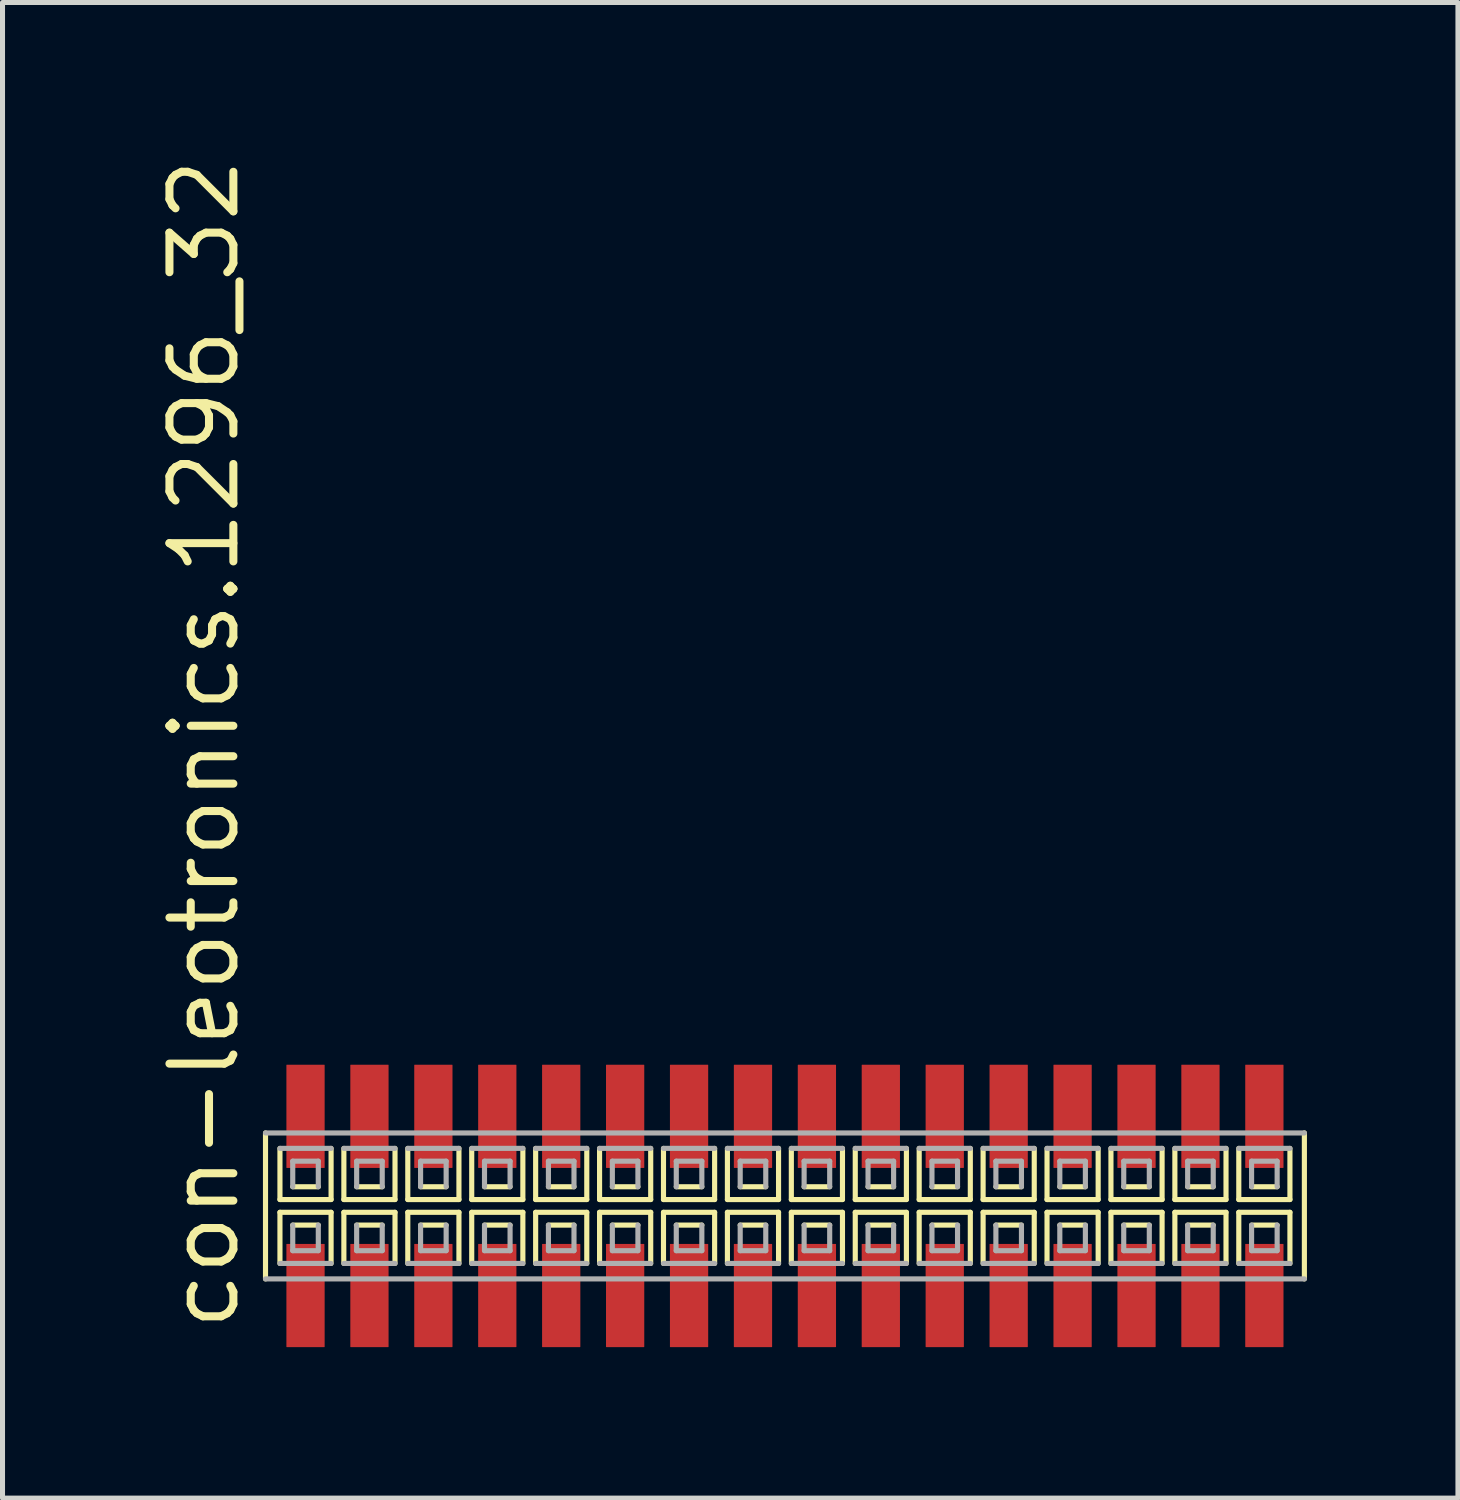
<source format=kicad_pcb>
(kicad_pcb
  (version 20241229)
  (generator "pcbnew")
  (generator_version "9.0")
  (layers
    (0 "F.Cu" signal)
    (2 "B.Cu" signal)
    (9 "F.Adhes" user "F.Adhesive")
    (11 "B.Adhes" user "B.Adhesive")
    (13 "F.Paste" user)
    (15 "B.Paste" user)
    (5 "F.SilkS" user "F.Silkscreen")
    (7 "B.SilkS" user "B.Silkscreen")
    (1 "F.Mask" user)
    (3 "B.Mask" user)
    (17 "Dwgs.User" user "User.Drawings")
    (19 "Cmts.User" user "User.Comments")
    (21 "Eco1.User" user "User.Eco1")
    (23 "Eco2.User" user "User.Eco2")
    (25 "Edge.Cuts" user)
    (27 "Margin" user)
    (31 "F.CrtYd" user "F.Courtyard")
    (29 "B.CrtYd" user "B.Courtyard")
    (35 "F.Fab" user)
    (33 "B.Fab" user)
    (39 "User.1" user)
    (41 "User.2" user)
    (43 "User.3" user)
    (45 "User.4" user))
  (footprint "con-leotronics.1296_32"
    (layer "F.Cu")
    (at 12.545 20.909)
    (property "Reference" "con-leotronics.1296_32" (at -10.795 2.54 90) (layer "F.SilkS") (effects (font (size 1.27 1.27) (thickness 0.16)) (justify left bottom)))
    (attr smd)
    (fp_line (start -10.32 -1.45) (end -10.32 1.45) (stroke (width 0.102) (type default)) (layer "F.SilkS"))
    (fp_line (start -10.033 -1.143) (end -10.033 -0.127) (stroke (width 0.102) (type default)) (layer "F.SilkS"))
    (fp_line (start -10.033 -0.127) (end -9.017 -0.127) (stroke (width 0.102) (type default)) (layer "F.SilkS"))
    (fp_line (start -10.033 0.127) (end -10.033 1.143) (stroke (width 0.102) (type default)) (layer "F.SilkS"))
    (fp_line (start -9.779 -0.381) (end -9.271 -0.381) (stroke (width 0.102) (type default)) (layer "F.SilkS"))
    (fp_line (start -9.271 0.381) (end -9.779 0.381) (stroke (width 0.102) (type default)) (layer "F.SilkS"))
    (fp_line (start -9.017 -0.127) (end -9.017 -1.143) (stroke (width 0.102) (type default)) (layer "F.SilkS"))
    (fp_line (start -9.017 0.127) (end -10.033 0.127) (stroke (width 0.102) (type default)) (layer "F.SilkS"))
    (fp_line (start -9.017 1.143) (end -9.017 0.127) (stroke (width 0.102) (type default)) (layer "F.SilkS"))
    (fp_line (start -8.763 -1.143) (end -8.763 -0.127) (stroke (width 0.102) (type default)) (layer "F.SilkS"))
    (fp_line (start -8.763 -0.127) (end -7.747 -0.127) (stroke (width 0.102) (type default)) (layer "F.SilkS"))
    (fp_line (start -8.763 0.127) (end -8.763 1.143) (stroke (width 0.102) (type default)) (layer "F.SilkS"))
    (fp_line (start -8.509 -0.381) (end -8.001 -0.381) (stroke (width 0.102) (type default)) (layer "F.SilkS"))
    (fp_line (start -8.001 0.381) (end -8.509 0.381) (stroke (width 0.102) (type default)) (layer "F.SilkS"))
    (fp_line (start -7.747 -0.127) (end -7.747 -1.143) (stroke (width 0.102) (type default)) (layer "F.SilkS"))
    (fp_line (start -7.747 0.127) (end -8.763 0.127) (stroke (width 0.102) (type default)) (layer "F.SilkS"))
    (fp_line (start -7.747 1.143) (end -7.747 0.127) (stroke (width 0.102) (type default)) (layer "F.SilkS"))
    (fp_line (start -7.493 -1.143) (end -7.493 -0.127) (stroke (width 0.102) (type default)) (layer "F.SilkS"))
    (fp_line (start -7.493 -0.127) (end -6.477 -0.127) (stroke (width 0.102) (type default)) (layer "F.SilkS"))
    (fp_line (start -7.493 0.127) (end -7.493 1.143) (stroke (width 0.102) (type default)) (layer "F.SilkS"))
    (fp_line (start -7.239 -0.381) (end -6.731 -0.381) (stroke (width 0.102) (type default)) (layer "F.SilkS"))
    (fp_line (start -6.731 0.381) (end -7.239 0.381) (stroke (width 0.102) (type default)) (layer "F.SilkS"))
    (fp_line (start -6.477 -0.127) (end -6.477 -1.143) (stroke (width 0.102) (type default)) (layer "F.SilkS"))
    (fp_line (start -6.477 0.127) (end -7.493 0.127) (stroke (width 0.102) (type default)) (layer "F.SilkS"))
    (fp_line (start -6.477 1.143) (end -6.477 0.127) (stroke (width 0.102) (type default)) (layer "F.SilkS"))
    (fp_line (start -6.223 -1.143) (end -6.223 -0.127) (stroke (width 0.102) (type default)) (layer "F.SilkS"))
    (fp_line (start -6.223 -0.127) (end -5.207 -0.127) (stroke (width 0.102) (type default)) (layer "F.SilkS"))
    (fp_line (start -6.223 0.127) (end -6.223 1.143) (stroke (width 0.102) (type default)) (layer "F.SilkS"))
    (fp_line (start -5.969 -0.381) (end -5.461 -0.381) (stroke (width 0.102) (type default)) (layer "F.SilkS"))
    (fp_line (start -5.461 0.381) (end -5.969 0.381) (stroke (width 0.102) (type default)) (layer "F.SilkS"))
    (fp_line (start -5.207 -0.127) (end -5.207 -1.143) (stroke (width 0.102) (type default)) (layer "F.SilkS"))
    (fp_line (start -5.207 0.127) (end -6.223 0.127) (stroke (width 0.102) (type default)) (layer "F.SilkS"))
    (fp_line (start -5.207 1.143) (end -5.207 0.127) (stroke (width 0.102) (type default)) (layer "F.SilkS"))
    (fp_line (start -4.953 -1.143) (end -4.953 -0.127) (stroke (width 0.102) (type default)) (layer "F.SilkS"))
    (fp_line (start -4.953 -0.127) (end -3.937 -0.127) (stroke (width 0.102) (type default)) (layer "F.SilkS"))
    (fp_line (start -4.953 0.127) (end -4.953 1.143) (stroke (width 0.102) (type default)) (layer "F.SilkS"))
    (fp_line (start -4.699 -0.381) (end -4.191 -0.381) (stroke (width 0.102) (type default)) (layer "F.SilkS"))
    (fp_line (start -4.191 0.381) (end -4.699 0.381) (stroke (width 0.102) (type default)) (layer "F.SilkS"))
    (fp_line (start -3.937 -0.127) (end -3.937 -1.143) (stroke (width 0.102) (type default)) (layer "F.SilkS"))
    (fp_line (start -3.937 0.127) (end -4.953 0.127) (stroke (width 0.102) (type default)) (layer "F.SilkS"))
    (fp_line (start -3.937 1.143) (end -3.937 0.127) (stroke (width 0.102) (type default)) (layer "F.SilkS"))
    (fp_line (start -3.683 -1.143) (end -3.683 -0.127) (stroke (width 0.102) (type default)) (layer "F.SilkS"))
    (fp_line (start -3.683 -0.127) (end -2.667 -0.127) (stroke (width 0.102) (type default)) (layer "F.SilkS"))
    (fp_line (start -3.683 0.127) (end -3.683 1.143) (stroke (width 0.102) (type default)) (layer "F.SilkS"))
    (fp_line (start -3.429 -0.381) (end -2.921 -0.381) (stroke (width 0.102) (type default)) (layer "F.SilkS"))
    (fp_line (start -2.921 0.381) (end -3.429 0.381) (stroke (width 0.102) (type default)) (layer "F.SilkS"))
    (fp_line (start -2.667 -0.127) (end -2.667 -1.143) (stroke (width 0.102) (type default)) (layer "F.SilkS"))
    (fp_line (start -2.667 0.127) (end -3.683 0.127) (stroke (width 0.102) (type default)) (layer "F.SilkS"))
    (fp_line (start -2.667 1.143) (end -2.667 0.127) (stroke (width 0.102) (type default)) (layer "F.SilkS"))
    (fp_line (start -2.413 -1.143) (end -2.413 -0.127) (stroke (width 0.102) (type default)) (layer "F.SilkS"))
    (fp_line (start -2.413 -0.127) (end -1.397 -0.127) (stroke (width 0.102) (type default)) (layer "F.SilkS"))
    (fp_line (start -2.413 0.127) (end -2.413 1.143) (stroke (width 0.102) (type default)) (layer "F.SilkS"))
    (fp_line (start -2.159 -0.381) (end -1.651 -0.381) (stroke (width 0.102) (type default)) (layer "F.SilkS"))
    (fp_line (start -1.651 0.381) (end -2.159 0.381) (stroke (width 0.102) (type default)) (layer "F.SilkS"))
    (fp_line (start -1.397 -0.127) (end -1.397 -1.143) (stroke (width 0.102) (type default)) (layer "F.SilkS"))
    (fp_line (start -1.397 0.127) (end -2.413 0.127) (stroke (width 0.102) (type default)) (layer "F.SilkS"))
    (fp_line (start -1.397 1.143) (end -1.397 0.127) (stroke (width 0.102) (type default)) (layer "F.SilkS"))
    (fp_line (start -1.143 -1.143) (end -1.143 -0.127) (stroke (width 0.102) (type default)) (layer "F.SilkS"))
    (fp_line (start -1.143 -0.127) (end -0.127 -0.127) (stroke (width 0.102) (type default)) (layer "F.SilkS"))
    (fp_line (start -1.143 0.127) (end -1.143 1.143) (stroke (width 0.102) (type default)) (layer "F.SilkS"))
    (fp_line (start -0.889 -0.381) (end -0.381 -0.381) (stroke (width 0.102) (type default)) (layer "F.SilkS"))
    (fp_line (start -0.381 0.381) (end -0.889 0.381) (stroke (width 0.102) (type default)) (layer "F.SilkS"))
    (fp_line (start -0.127 -0.127) (end -0.127 -1.143) (stroke (width 0.102) (type default)) (layer "F.SilkS"))
    (fp_line (start -0.127 0.127) (end -1.143 0.127) (stroke (width 0.102) (type default)) (layer "F.SilkS"))
    (fp_line (start -0.127 1.143) (end -0.127 0.127) (stroke (width 0.102) (type default)) (layer "F.SilkS"))
    (fp_line (start 0.127 -1.143) (end 0.127 -0.127) (stroke (width 0.102) (type default)) (layer "F.SilkS"))
    (fp_line (start 0.127 -0.127) (end 1.143 -0.127) (stroke (width 0.102) (type default)) (layer "F.SilkS"))
    (fp_line (start 0.127 0.127) (end 0.127 1.143) (stroke (width 0.102) (type default)) (layer "F.SilkS"))
    (fp_line (start 0.381 -0.381) (end 0.889 -0.381) (stroke (width 0.102) (type default)) (layer "F.SilkS"))
    (fp_line (start 0.889 0.381) (end 0.381 0.381) (stroke (width 0.102) (type default)) (layer "F.SilkS"))
    (fp_line (start 1.143 -0.127) (end 1.143 -1.143) (stroke (width 0.102) (type default)) (layer "F.SilkS"))
    (fp_line (start 1.143 0.127) (end 0.127 0.127) (stroke (width 0.102) (type default)) (layer "F.SilkS"))
    (fp_line (start 1.143 1.143) (end 1.143 0.127) (stroke (width 0.102) (type default)) (layer "F.SilkS"))
    (fp_line (start 1.397 -1.143) (end 1.397 -0.127) (stroke (width 0.102) (type default)) (layer "F.SilkS"))
    (fp_line (start 1.397 -0.127) (end 2.413 -0.127) (stroke (width 0.102) (type default)) (layer "F.SilkS"))
    (fp_line (start 1.397 0.127) (end 1.397 1.143) (stroke (width 0.102) (type default)) (layer "F.SilkS"))
    (fp_line (start 1.651 -0.381) (end 2.159 -0.381) (stroke (width 0.102) (type default)) (layer "F.SilkS"))
    (fp_line (start 2.159 0.381) (end 1.651 0.381) (stroke (width 0.102) (type default)) (layer "F.SilkS"))
    (fp_line (start 2.413 -0.127) (end 2.413 -1.143) (stroke (width 0.102) (type default)) (layer "F.SilkS"))
    (fp_line (start 2.413 0.127) (end 1.397 0.127) (stroke (width 0.102) (type default)) (layer "F.SilkS"))
    (fp_line (start 2.413 1.143) (end 2.413 0.127) (stroke (width 0.102) (type default)) (layer "F.SilkS"))
    (fp_line (start 2.667 -1.143) (end 2.667 -0.127) (stroke (width 0.102) (type default)) (layer "F.SilkS"))
    (fp_line (start 2.667 -0.127) (end 3.683 -0.127) (stroke (width 0.102) (type default)) (layer "F.SilkS"))
    (fp_line (start 2.667 0.127) (end 2.667 1.143) (stroke (width 0.102) (type default)) (layer "F.SilkS"))
    (fp_line (start 2.921 -0.381) (end 3.429 -0.381) (stroke (width 0.102) (type default)) (layer "F.SilkS"))
    (fp_line (start 3.429 0.381) (end 2.921 0.381) (stroke (width 0.102) (type default)) (layer "F.SilkS"))
    (fp_line (start 3.683 -0.127) (end 3.683 -1.143) (stroke (width 0.102) (type default)) (layer "F.SilkS"))
    (fp_line (start 3.683 0.127) (end 2.667 0.127) (stroke (width 0.102) (type default)) (layer "F.SilkS"))
    (fp_line (start 3.683 1.143) (end 3.683 0.127) (stroke (width 0.102) (type default)) (layer "F.SilkS"))
    (fp_line (start 3.937 -1.143) (end 3.937 -0.127) (stroke (width 0.102) (type default)) (layer "F.SilkS"))
    (fp_line (start 3.937 -0.127) (end 4.953 -0.127) (stroke (width 0.102) (type default)) (layer "F.SilkS"))
    (fp_line (start 3.937 0.127) (end 3.937 1.143) (stroke (width 0.102) (type default)) (layer "F.SilkS"))
    (fp_line (start 4.191 -0.381) (end 4.699 -0.381) (stroke (width 0.102) (type default)) (layer "F.SilkS"))
    (fp_line (start 4.699 0.381) (end 4.191 0.381) (stroke (width 0.102) (type default)) (layer "F.SilkS"))
    (fp_line (start 4.953 -0.127) (end 4.953 -1.143) (stroke (width 0.102) (type default)) (layer "F.SilkS"))
    (fp_line (start 4.953 0.127) (end 3.937 0.127) (stroke (width 0.102) (type default)) (layer "F.SilkS"))
    (fp_line (start 4.953 1.143) (end 4.953 0.127) (stroke (width 0.102) (type default)) (layer "F.SilkS"))
    (fp_line (start 5.207 -1.143) (end 5.207 -0.127) (stroke (width 0.102) (type default)) (layer "F.SilkS"))
    (fp_line (start 5.207 -0.127) (end 6.223 -0.127) (stroke (width 0.102) (type default)) (layer "F.SilkS"))
    (fp_line (start 5.207 0.127) (end 5.207 1.143) (stroke (width 0.102) (type default)) (layer "F.SilkS"))
    (fp_line (start 5.461 -0.381) (end 5.969 -0.381) (stroke (width 0.102) (type default)) (layer "F.SilkS"))
    (fp_line (start 5.969 0.381) (end 5.461 0.381) (stroke (width 0.102) (type default)) (layer "F.SilkS"))
    (fp_line (start 6.223 -0.127) (end 6.223 -1.143) (stroke (width 0.102) (type default)) (layer "F.SilkS"))
    (fp_line (start 6.223 0.127) (end 5.207 0.127) (stroke (width 0.102) (type default)) (layer "F.SilkS"))
    (fp_line (start 6.223 1.143) (end 6.223 0.127) (stroke (width 0.102) (type default)) (layer "F.SilkS"))
    (fp_line (start 6.477 -1.143) (end 6.477 -0.127) (stroke (width 0.102) (type default)) (layer "F.SilkS"))
    (fp_line (start 6.477 -0.127) (end 7.493 -0.127) (stroke (width 0.102) (type default)) (layer "F.SilkS"))
    (fp_line (start 6.477 0.127) (end 6.477 1.143) (stroke (width 0.102) (type default)) (layer "F.SilkS"))
    (fp_line (start 6.731 -0.381) (end 7.239 -0.381) (stroke (width 0.102) (type default)) (layer "F.SilkS"))
    (fp_line (start 7.239 0.381) (end 6.731 0.381) (stroke (width 0.102) (type default)) (layer "F.SilkS"))
    (fp_line (start 7.493 -0.127) (end 7.493 -1.143) (stroke (width 0.102) (type default)) (layer "F.SilkS"))
    (fp_line (start 7.493 0.127) (end 6.477 0.127) (stroke (width 0.102) (type default)) (layer "F.SilkS"))
    (fp_line (start 7.493 1.143) (end 7.493 0.127) (stroke (width 0.102) (type default)) (layer "F.SilkS"))
    (fp_line (start 7.747 -1.143) (end 7.747 -0.127) (stroke (width 0.102) (type default)) (layer "F.SilkS"))
    (fp_line (start 7.747 -0.127) (end 8.763 -0.127) (stroke (width 0.102) (type default)) (layer "F.SilkS"))
    (fp_line (start 7.747 0.127) (end 7.747 1.143) (stroke (width 0.102) (type default)) (layer "F.SilkS"))
    (fp_line (start 8.001 -0.381) (end 8.509 -0.381) (stroke (width 0.102) (type default)) (layer "F.SilkS"))
    (fp_line (start 8.509 0.381) (end 8.001 0.381) (stroke (width 0.102) (type default)) (layer "F.SilkS"))
    (fp_line (start 8.763 -0.127) (end 8.763 -1.143) (stroke (width 0.102) (type default)) (layer "F.SilkS"))
    (fp_line (start 8.763 0.127) (end 7.747 0.127) (stroke (width 0.102) (type default)) (layer "F.SilkS"))
    (fp_line (start 8.763 1.143) (end 8.763 0.127) (stroke (width 0.102) (type default)) (layer "F.SilkS"))
    (fp_line (start 9.017 -1.143) (end 9.017 -0.127) (stroke (width 0.102) (type default)) (layer "F.SilkS"))
    (fp_line (start 9.017 -0.127) (end 10.033 -0.127) (stroke (width 0.102) (type default)) (layer "F.SilkS"))
    (fp_line (start 9.017 0.127) (end 9.017 1.143) (stroke (width 0.102) (type default)) (layer "F.SilkS"))
    (fp_line (start 9.271 -0.381) (end 9.779 -0.381) (stroke (width 0.102) (type default)) (layer "F.SilkS"))
    (fp_line (start 9.779 0.381) (end 9.271 0.381) (stroke (width 0.102) (type default)) (layer "F.SilkS"))
    (fp_line (start 10.033 -0.127) (end 10.033 -1.143) (stroke (width 0.102) (type default)) (layer "F.SilkS"))
    (fp_line (start 10.033 0.127) (end 9.017 0.127) (stroke (width 0.102) (type default)) (layer "F.SilkS"))
    (fp_line (start 10.033 1.143) (end 10.033 0.127) (stroke (width 0.102) (type default)) (layer "F.SilkS"))
    (fp_line (start 10.32 1.45) (end 10.32 -1.45) (stroke (width 0.102) (type default)) (layer "F.SilkS"))
    (fp_line (start -10.32 1.45) (end 10.32 1.45) (stroke (width 0.102) (type default)) (layer "F.Fab"))
    (fp_line (start -10.033 1.143) (end -9.017 1.143) (stroke (width 0.102) (type default)) (layer "F.Fab"))
    (fp_line (start -9.779 -0.889) (end -9.779 -0.381) (stroke (width 0.102) (type default)) (layer "F.Fab"))
    (fp_line (start -9.779 0.381) (end -9.779 0.889) (stroke (width 0.102) (type default)) (layer "F.Fab"))
    (fp_line (start -9.779 0.889) (end -9.271 0.889) (stroke (width 0.102) (type default)) (layer "F.Fab"))
    (fp_line (start -9.271 -0.889) (end -9.779 -0.889) (stroke (width 0.102) (type default)) (layer "F.Fab"))
    (fp_line (start -9.271 -0.381) (end -9.271 -0.889) (stroke (width 0.102) (type default)) (layer "F.Fab"))
    (fp_line (start -9.271 0.889) (end -9.271 0.381) (stroke (width 0.102) (type default)) (layer "F.Fab"))
    (fp_line (start -9.017 -1.143) (end -10.033 -1.143) (stroke (width 0.102) (type default)) (layer "F.Fab"))
    (fp_line (start -8.763 1.143) (end -7.747 1.143) (stroke (width 0.102) (type default)) (layer "F.Fab"))
    (fp_line (start -8.509 -0.889) (end -8.509 -0.381) (stroke (width 0.102) (type default)) (layer "F.Fab"))
    (fp_line (start -8.509 0.381) (end -8.509 0.889) (stroke (width 0.102) (type default)) (layer "F.Fab"))
    (fp_line (start -8.509 0.889) (end -8.001 0.889) (stroke (width 0.102) (type default)) (layer "F.Fab"))
    (fp_line (start -8.001 -0.889) (end -8.509 -0.889) (stroke (width 0.102) (type default)) (layer "F.Fab"))
    (fp_line (start -8.001 -0.381) (end -8.001 -0.889) (stroke (width 0.102) (type default)) (layer "F.Fab"))
    (fp_line (start -8.001 0.889) (end -8.001 0.381) (stroke (width 0.102) (type default)) (layer "F.Fab"))
    (fp_line (start -7.747 -1.143) (end -8.763 -1.143) (stroke (width 0.102) (type default)) (layer "F.Fab"))
    (fp_line (start -7.493 1.143) (end -6.477 1.143) (stroke (width 0.102) (type default)) (layer "F.Fab"))
    (fp_line (start -7.239 -0.889) (end -7.239 -0.381) (stroke (width 0.102) (type default)) (layer "F.Fab"))
    (fp_line (start -7.239 0.381) (end -7.239 0.889) (stroke (width 0.102) (type default)) (layer "F.Fab"))
    (fp_line (start -7.239 0.889) (end -6.731 0.889) (stroke (width 0.102) (type default)) (layer "F.Fab"))
    (fp_line (start -6.731 -0.889) (end -7.239 -0.889) (stroke (width 0.102) (type default)) (layer "F.Fab"))
    (fp_line (start -6.731 -0.381) (end -6.731 -0.889) (stroke (width 0.102) (type default)) (layer "F.Fab"))
    (fp_line (start -6.731 0.889) (end -6.731 0.381) (stroke (width 0.102) (type default)) (layer "F.Fab"))
    (fp_line (start -6.477 -1.143) (end -7.493 -1.143) (stroke (width 0.102) (type default)) (layer "F.Fab"))
    (fp_line (start -6.223 1.143) (end -5.207 1.143) (stroke (width 0.102) (type default)) (layer "F.Fab"))
    (fp_line (start -5.969 -0.889) (end -5.969 -0.381) (stroke (width 0.102) (type default)) (layer "F.Fab"))
    (fp_line (start -5.969 0.381) (end -5.969 0.889) (stroke (width 0.102) (type default)) (layer "F.Fab"))
    (fp_line (start -5.969 0.889) (end -5.461 0.889) (stroke (width 0.102) (type default)) (layer "F.Fab"))
    (fp_line (start -5.461 -0.889) (end -5.969 -0.889) (stroke (width 0.102) (type default)) (layer "F.Fab"))
    (fp_line (start -5.461 -0.381) (end -5.461 -0.889) (stroke (width 0.102) (type default)) (layer "F.Fab"))
    (fp_line (start -5.461 0.889) (end -5.461 0.381) (stroke (width 0.102) (type default)) (layer "F.Fab"))
    (fp_line (start -5.207 -1.143) (end -6.223 -1.143) (stroke (width 0.102) (type default)) (layer "F.Fab"))
    (fp_line (start -4.953 1.143) (end -3.937 1.143) (stroke (width 0.102) (type default)) (layer "F.Fab"))
    (fp_line (start -4.699 -0.889) (end -4.699 -0.381) (stroke (width 0.102) (type default)) (layer "F.Fab"))
    (fp_line (start -4.699 0.381) (end -4.699 0.889) (stroke (width 0.102) (type default)) (layer "F.Fab"))
    (fp_line (start -4.699 0.889) (end -4.191 0.889) (stroke (width 0.102) (type default)) (layer "F.Fab"))
    (fp_line (start -4.191 -0.889) (end -4.699 -0.889) (stroke (width 0.102) (type default)) (layer "F.Fab"))
    (fp_line (start -4.191 -0.381) (end -4.191 -0.889) (stroke (width 0.102) (type default)) (layer "F.Fab"))
    (fp_line (start -4.191 0.889) (end -4.191 0.381) (stroke (width 0.102) (type default)) (layer "F.Fab"))
    (fp_line (start -3.937 -1.143) (end -4.953 -1.143) (stroke (width 0.102) (type default)) (layer "F.Fab"))
    (fp_line (start -3.683 1.143) (end -2.667 1.143) (stroke (width 0.102) (type default)) (layer "F.Fab"))
    (fp_line (start -3.429 -0.889) (end -3.429 -0.381) (stroke (width 0.102) (type default)) (layer "F.Fab"))
    (fp_line (start -3.429 0.381) (end -3.429 0.889) (stroke (width 0.102) (type default)) (layer "F.Fab"))
    (fp_line (start -3.429 0.889) (end -2.921 0.889) (stroke (width 0.102) (type default)) (layer "F.Fab"))
    (fp_line (start -2.921 -0.889) (end -3.429 -0.889) (stroke (width 0.102) (type default)) (layer "F.Fab"))
    (fp_line (start -2.921 -0.381) (end -2.921 -0.889) (stroke (width 0.102) (type default)) (layer "F.Fab"))
    (fp_line (start -2.921 0.889) (end -2.921 0.381) (stroke (width 0.102) (type default)) (layer "F.Fab"))
    (fp_line (start -2.667 -1.143) (end -3.683 -1.143) (stroke (width 0.102) (type default)) (layer "F.Fab"))
    (fp_line (start -2.413 1.143) (end -1.397 1.143) (stroke (width 0.102) (type default)) (layer "F.Fab"))
    (fp_line (start -2.159 -0.889) (end -2.159 -0.381) (stroke (width 0.102) (type default)) (layer "F.Fab"))
    (fp_line (start -2.159 0.381) (end -2.159 0.889) (stroke (width 0.102) (type default)) (layer "F.Fab"))
    (fp_line (start -2.159 0.889) (end -1.651 0.889) (stroke (width 0.102) (type default)) (layer "F.Fab"))
    (fp_line (start -1.651 -0.889) (end -2.159 -0.889) (stroke (width 0.102) (type default)) (layer "F.Fab"))
    (fp_line (start -1.651 -0.381) (end -1.651 -0.889) (stroke (width 0.102) (type default)) (layer "F.Fab"))
    (fp_line (start -1.651 0.889) (end -1.651 0.381) (stroke (width 0.102) (type default)) (layer "F.Fab"))
    (fp_line (start -1.397 -1.143) (end -2.413 -1.143) (stroke (width 0.102) (type default)) (layer "F.Fab"))
    (fp_line (start -1.143 1.143) (end -0.127 1.143) (stroke (width 0.102) (type default)) (layer "F.Fab"))
    (fp_line (start -0.889 -0.889) (end -0.889 -0.381) (stroke (width 0.102) (type default)) (layer "F.Fab"))
    (fp_line (start -0.889 0.381) (end -0.889 0.889) (stroke (width 0.102) (type default)) (layer "F.Fab"))
    (fp_line (start -0.889 0.889) (end -0.381 0.889) (stroke (width 0.102) (type default)) (layer "F.Fab"))
    (fp_line (start -0.381 -0.889) (end -0.889 -0.889) (stroke (width 0.102) (type default)) (layer "F.Fab"))
    (fp_line (start -0.381 -0.381) (end -0.381 -0.889) (stroke (width 0.102) (type default)) (layer "F.Fab"))
    (fp_line (start -0.381 0.889) (end -0.381 0.381) (stroke (width 0.102) (type default)) (layer "F.Fab"))
    (fp_line (start -0.127 -1.143) (end -1.143 -1.143) (stroke (width 0.102) (type default)) (layer "F.Fab"))
    (fp_line (start 0.127 1.143) (end 1.143 1.143) (stroke (width 0.102) (type default)) (layer "F.Fab"))
    (fp_line (start 0.381 -0.889) (end 0.381 -0.381) (stroke (width 0.102) (type default)) (layer "F.Fab"))
    (fp_line (start 0.381 0.381) (end 0.381 0.889) (stroke (width 0.102) (type default)) (layer "F.Fab"))
    (fp_line (start 0.381 0.889) (end 0.889 0.889) (stroke (width 0.102) (type default)) (layer "F.Fab"))
    (fp_line (start 0.889 -0.889) (end 0.381 -0.889) (stroke (width 0.102) (type default)) (layer "F.Fab"))
    (fp_line (start 0.889 -0.381) (end 0.889 -0.889) (stroke (width 0.102) (type default)) (layer "F.Fab"))
    (fp_line (start 0.889 0.889) (end 0.889 0.381) (stroke (width 0.102) (type default)) (layer "F.Fab"))
    (fp_line (start 1.143 -1.143) (end 0.127 -1.143) (stroke (width 0.102) (type default)) (layer "F.Fab"))
    (fp_line (start 1.397 1.143) (end 2.413 1.143) (stroke (width 0.102) (type default)) (layer "F.Fab"))
    (fp_line (start 1.651 -0.889) (end 1.651 -0.381) (stroke (width 0.102) (type default)) (layer "F.Fab"))
    (fp_line (start 1.651 0.381) (end 1.651 0.889) (stroke (width 0.102) (type default)) (layer "F.Fab"))
    (fp_line (start 1.651 0.889) (end 2.159 0.889) (stroke (width 0.102) (type default)) (layer "F.Fab"))
    (fp_line (start 2.159 -0.889) (end 1.651 -0.889) (stroke (width 0.102) (type default)) (layer "F.Fab"))
    (fp_line (start 2.159 -0.381) (end 2.159 -0.889) (stroke (width 0.102) (type default)) (layer "F.Fab"))
    (fp_line (start 2.159 0.889) (end 2.159 0.381) (stroke (width 0.102) (type default)) (layer "F.Fab"))
    (fp_line (start 2.413 -1.143) (end 1.397 -1.143) (stroke (width 0.102) (type default)) (layer "F.Fab"))
    (fp_line (start 2.667 1.143) (end 3.683 1.143) (stroke (width 0.102) (type default)) (layer "F.Fab"))
    (fp_line (start 2.921 -0.889) (end 2.921 -0.381) (stroke (width 0.102) (type default)) (layer "F.Fab"))
    (fp_line (start 2.921 0.381) (end 2.921 0.889) (stroke (width 0.102) (type default)) (layer "F.Fab"))
    (fp_line (start 2.921 0.889) (end 3.429 0.889) (stroke (width 0.102) (type default)) (layer "F.Fab"))
    (fp_line (start 3.429 -0.889) (end 2.921 -0.889) (stroke (width 0.102) (type default)) (layer "F.Fab"))
    (fp_line (start 3.429 -0.381) (end 3.429 -0.889) (stroke (width 0.102) (type default)) (layer "F.Fab"))
    (fp_line (start 3.429 0.889) (end 3.429 0.381) (stroke (width 0.102) (type default)) (layer "F.Fab"))
    (fp_line (start 3.683 -1.143) (end 2.667 -1.143) (stroke (width 0.102) (type default)) (layer "F.Fab"))
    (fp_line (start 3.937 1.143) (end 4.953 1.143) (stroke (width 0.102) (type default)) (layer "F.Fab"))
    (fp_line (start 4.191 -0.889) (end 4.191 -0.381) (stroke (width 0.102) (type default)) (layer "F.Fab"))
    (fp_line (start 4.191 0.381) (end 4.191 0.889) (stroke (width 0.102) (type default)) (layer "F.Fab"))
    (fp_line (start 4.191 0.889) (end 4.699 0.889) (stroke (width 0.102) (type default)) (layer "F.Fab"))
    (fp_line (start 4.699 -0.889) (end 4.191 -0.889) (stroke (width 0.102) (type default)) (layer "F.Fab"))
    (fp_line (start 4.699 -0.381) (end 4.699 -0.889) (stroke (width 0.102) (type default)) (layer "F.Fab"))
    (fp_line (start 4.699 0.889) (end 4.699 0.381) (stroke (width 0.102) (type default)) (layer "F.Fab"))
    (fp_line (start 4.953 -1.143) (end 3.937 -1.143) (stroke (width 0.102) (type default)) (layer "F.Fab"))
    (fp_line (start 5.207 1.143) (end 6.223 1.143) (stroke (width 0.102) (type default)) (layer "F.Fab"))
    (fp_line (start 5.461 -0.889) (end 5.461 -0.381) (stroke (width 0.102) (type default)) (layer "F.Fab"))
    (fp_line (start 5.461 0.381) (end 5.461 0.889) (stroke (width 0.102) (type default)) (layer "F.Fab"))
    (fp_line (start 5.461 0.889) (end 5.969 0.889) (stroke (width 0.102) (type default)) (layer "F.Fab"))
    (fp_line (start 5.969 -0.889) (end 5.461 -0.889) (stroke (width 0.102) (type default)) (layer "F.Fab"))
    (fp_line (start 5.969 -0.381) (end 5.969 -0.889) (stroke (width 0.102) (type default)) (layer "F.Fab"))
    (fp_line (start 5.969 0.889) (end 5.969 0.381) (stroke (width 0.102) (type default)) (layer "F.Fab"))
    (fp_line (start 6.223 -1.143) (end 5.207 -1.143) (stroke (width 0.102) (type default)) (layer "F.Fab"))
    (fp_line (start 6.477 1.143) (end 7.493 1.143) (stroke (width 0.102) (type default)) (layer "F.Fab"))
    (fp_line (start 6.731 -0.889) (end 6.731 -0.381) (stroke (width 0.102) (type default)) (layer "F.Fab"))
    (fp_line (start 6.731 0.381) (end 6.731 0.889) (stroke (width 0.102) (type default)) (layer "F.Fab"))
    (fp_line (start 6.731 0.889) (end 7.239 0.889) (stroke (width 0.102) (type default)) (layer "F.Fab"))
    (fp_line (start 7.239 -0.889) (end 6.731 -0.889) (stroke (width 0.102) (type default)) (layer "F.Fab"))
    (fp_line (start 7.239 -0.381) (end 7.239 -0.889) (stroke (width 0.102) (type default)) (layer "F.Fab"))
    (fp_line (start 7.239 0.889) (end 7.239 0.381) (stroke (width 0.102) (type default)) (layer "F.Fab"))
    (fp_line (start 7.493 -1.143) (end 6.477 -1.143) (stroke (width 0.102) (type default)) (layer "F.Fab"))
    (fp_line (start 7.747 1.143) (end 8.763 1.143) (stroke (width 0.102) (type default)) (layer "F.Fab"))
    (fp_line (start 8.001 -0.889) (end 8.001 -0.381) (stroke (width 0.102) (type default)) (layer "F.Fab"))
    (fp_line (start 8.001 0.381) (end 8.001 0.889) (stroke (width 0.102) (type default)) (layer "F.Fab"))
    (fp_line (start 8.001 0.889) (end 8.509 0.889) (stroke (width 0.102) (type default)) (layer "F.Fab"))
    (fp_line (start 8.509 -0.889) (end 8.001 -0.889) (stroke (width 0.102) (type default)) (layer "F.Fab"))
    (fp_line (start 8.509 -0.381) (end 8.509 -0.889) (stroke (width 0.102) (type default)) (layer "F.Fab"))
    (fp_line (start 8.509 0.889) (end 8.509 0.381) (stroke (width 0.102) (type default)) (layer "F.Fab"))
    (fp_line (start 8.763 -1.143) (end 7.747 -1.143) (stroke (width 0.102) (type default)) (layer "F.Fab"))
    (fp_line (start 9.017 1.143) (end 10.033 1.143) (stroke (width 0.102) (type default)) (layer "F.Fab"))
    (fp_line (start 9.271 -0.889) (end 9.271 -0.381) (stroke (width 0.102) (type default)) (layer "F.Fab"))
    (fp_line (start 9.271 0.381) (end 9.271 0.889) (stroke (width 0.102) (type default)) (layer "F.Fab"))
    (fp_line (start 9.271 0.889) (end 9.779 0.889) (stroke (width 0.102) (type default)) (layer "F.Fab"))
    (fp_line (start 9.779 -0.889) (end 9.271 -0.889) (stroke (width 0.102) (type default)) (layer "F.Fab"))
    (fp_line (start 9.779 -0.381) (end 9.779 -0.889) (stroke (width 0.102) (type default)) (layer "F.Fab"))
    (fp_line (start 9.779 0.889) (end 9.779 0.381) (stroke (width 0.102) (type default)) (layer "F.Fab"))
    (fp_line (start 10.033 -1.143) (end 9.017 -1.143) (stroke (width 0.102) (type default)) (layer "F.Fab"))
    (fp_line (start 10.32 -1.45) (end -10.32 -1.45) (stroke (width 0.102) (type default)) (layer "F.Fab"))
    (pad "1" smd roundrect (at -9.525 1.78) (size 0.76 2.05) (layers "F.Cu" "F.Mask" "F.Paste") (roundrect_rratio 0.01))
    (pad "2" smd roundrect (at -9.525 -1.78) (size 0.76 2.05) (layers "F.Cu" "F.Mask" "F.Paste") (roundrect_rratio 0.01))
    (pad "3" smd roundrect (at -8.255 1.78) (size 0.76 2.05) (layers "F.Cu" "F.Mask" "F.Paste") (roundrect_rratio 0.01))
    (pad "4" smd roundrect (at -8.255 -1.78) (size 0.76 2.05) (layers "F.Cu" "F.Mask" "F.Paste") (roundrect_rratio 0.01))
    (pad "5" smd roundrect (at -6.985 1.78) (size 0.76 2.05) (layers "F.Cu" "F.Mask" "F.Paste") (roundrect_rratio 0.01))
    (pad "6" smd roundrect (at -6.985 -1.78) (size 0.76 2.05) (layers "F.Cu" "F.Mask" "F.Paste") (roundrect_rratio 0.01))
    (pad "7" smd roundrect (at -5.715 1.78) (size 0.76 2.05) (layers "F.Cu" "F.Mask" "F.Paste") (roundrect_rratio 0.01))
    (pad "8" smd roundrect (at -5.715 -1.78) (size 0.76 2.05) (layers "F.Cu" "F.Mask" "F.Paste") (roundrect_rratio 0.01))
    (pad "9" smd roundrect (at -4.445 1.78) (size 0.76 2.05) (layers "F.Cu" "F.Mask" "F.Paste") (roundrect_rratio 0.01))
    (pad "10" smd roundrect (at -4.445 -1.78) (size 0.76 2.05) (layers "F.Cu" "F.Mask" "F.Paste") (roundrect_rratio 0.01))
    (pad "11" smd roundrect (at -3.175 1.78) (size 0.76 2.05) (layers "F.Cu" "F.Mask" "F.Paste") (roundrect_rratio 0.01))
    (pad "12" smd roundrect (at -3.175 -1.78) (size 0.76 2.05) (layers "F.Cu" "F.Mask" "F.Paste") (roundrect_rratio 0.01))
    (pad "13" smd roundrect (at -1.905 1.78) (size 0.76 2.05) (layers "F.Cu" "F.Mask" "F.Paste") (roundrect_rratio 0.01))
    (pad "14" smd roundrect (at -1.905 -1.78) (size 0.76 2.05) (layers "F.Cu" "F.Mask" "F.Paste") (roundrect_rratio 0.01))
    (pad "15" smd roundrect (at -0.635 1.78) (size 0.76 2.05) (layers "F.Cu" "F.Mask" "F.Paste") (roundrect_rratio 0.01))
    (pad "16" smd roundrect (at -0.635 -1.78) (size 0.76 2.05) (layers "F.Cu" "F.Mask" "F.Paste") (roundrect_rratio 0.01))
    (pad "17" smd roundrect (at 0.635 1.78) (size 0.76 2.05) (layers "F.Cu" "F.Mask" "F.Paste") (roundrect_rratio 0.01))
    (pad "18" smd roundrect (at 0.635 -1.78) (size 0.76 2.05) (layers "F.Cu" "F.Mask" "F.Paste") (roundrect_rratio 0.01))
    (pad "19" smd roundrect (at 1.905 1.78) (size 0.76 2.05) (layers "F.Cu" "F.Mask" "F.Paste") (roundrect_rratio 0.01))
    (pad "20" smd roundrect (at 1.905 -1.78) (size 0.76 2.05) (layers "F.Cu" "F.Mask" "F.Paste") (roundrect_rratio 0.01))
    (pad "21" smd roundrect (at 3.175 1.78) (size 0.76 2.05) (layers "F.Cu" "F.Mask" "F.Paste") (roundrect_rratio 0.01))
    (pad "22" smd roundrect (at 3.175 -1.78) (size 0.76 2.05) (layers "F.Cu" "F.Mask" "F.Paste") (roundrect_rratio 0.01))
    (pad "23" smd roundrect (at 4.445 1.78) (size 0.76 2.05) (layers "F.Cu" "F.Mask" "F.Paste") (roundrect_rratio 0.01))
    (pad "24" smd roundrect (at 4.445 -1.78) (size 0.76 2.05) (layers "F.Cu" "F.Mask" "F.Paste") (roundrect_rratio 0.01))
    (pad "25" smd roundrect (at 5.715 1.78) (size 0.76 2.05) (layers "F.Cu" "F.Mask" "F.Paste") (roundrect_rratio 0.01))
    (pad "26" smd roundrect (at 5.715 -1.78) (size 0.76 2.05) (layers "F.Cu" "F.Mask" "F.Paste") (roundrect_rratio 0.01))
    (pad "27" smd roundrect (at 6.985 1.78) (size 0.76 2.05) (layers "F.Cu" "F.Mask" "F.Paste") (roundrect_rratio 0.01))
    (pad "28" smd roundrect (at 6.985 -1.78) (size 0.76 2.05) (layers "F.Cu" "F.Mask" "F.Paste") (roundrect_rratio 0.01))
    (pad "29" smd roundrect (at 8.255 1.78) (size 0.76 2.05) (layers "F.Cu" "F.Mask" "F.Paste") (roundrect_rratio 0.01))
    (pad "30" smd roundrect (at 8.255 -1.78) (size 0.76 2.05) (layers "F.Cu" "F.Mask" "F.Paste") (roundrect_rratio 0.01))
    (pad "31" smd roundrect (at 9.525 1.78) (size 0.76 2.05) (layers "F.Cu" "F.Mask" "F.Paste") (roundrect_rratio 0.01))
    (pad "32" smd roundrect (at 9.525 -1.78) (size 0.76 2.05) (layers "F.Cu" "F.Mask" "F.Paste") (roundrect_rratio 0.01)))
  (gr_rect
    (start -3 -3)
    (end 25.916 26.714)
    (stroke (width 0.1) (type default))
    (fill no)
    (layer "Edge.Cuts")))
</source>
